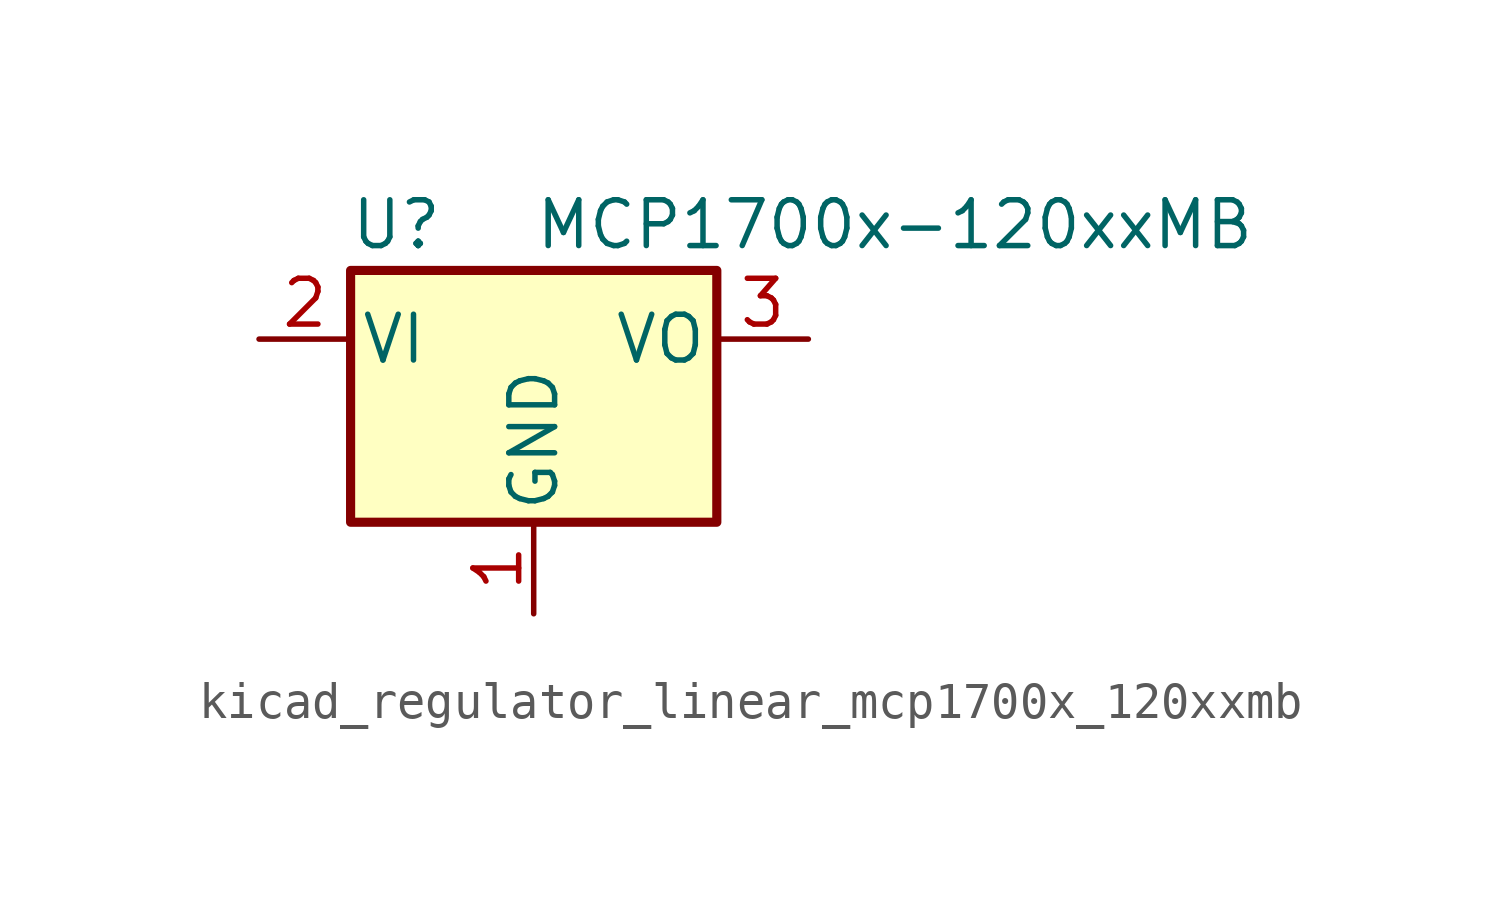
<source format=kicad_sym>
(kicad_symbol_lib
  (version 20220914)
  (generator kicad_symbol_editor)
  (symbol "kicad_regulator_linear_mcp1700x_120xxmb"
    (pin_names
      (offset 0.254))
    (property "Reference" "U"
      (at -3.81 3.175 0)
      (effects (font (size 1.27 1.27))))
    (property "Value" "MCP1700x-120xxMB"
      (at 0 3.175 0)
      (effects (font (size 1.27 1.27)) (justify left)))
    (symbol "kicad_regulator_linear_mcp1700x_120xxmb_0_1"
      (rectangle (start -5.08 -5.08) (end 5.08 1.905) (stroke (width 0.254) (type default)) (fill (type background))))
    (symbol "kicad_regulator_linear_mcp1700x_120xxmb_1_1"
      (pin power_in line (at 0 -7.62 90) (length 2.54) (name "GND" (effects (font (size 1.27 1.27)))) (number "1" (effects (font (size 1.27 1.27)))))
      (pin power_in line (at -7.62 0 0) (length 2.54) (name "VI" (effects (font (size 1.27 1.27)))) (number "2" (effects (font (size 1.27 1.27)))))
      (pin power_out line (at 7.62 0 180) (length 2.54) (name "VO" (effects (font (size 1.27 1.27)))) (number "3" (effects (font (size 1.27 1.27))))))))
</source>
